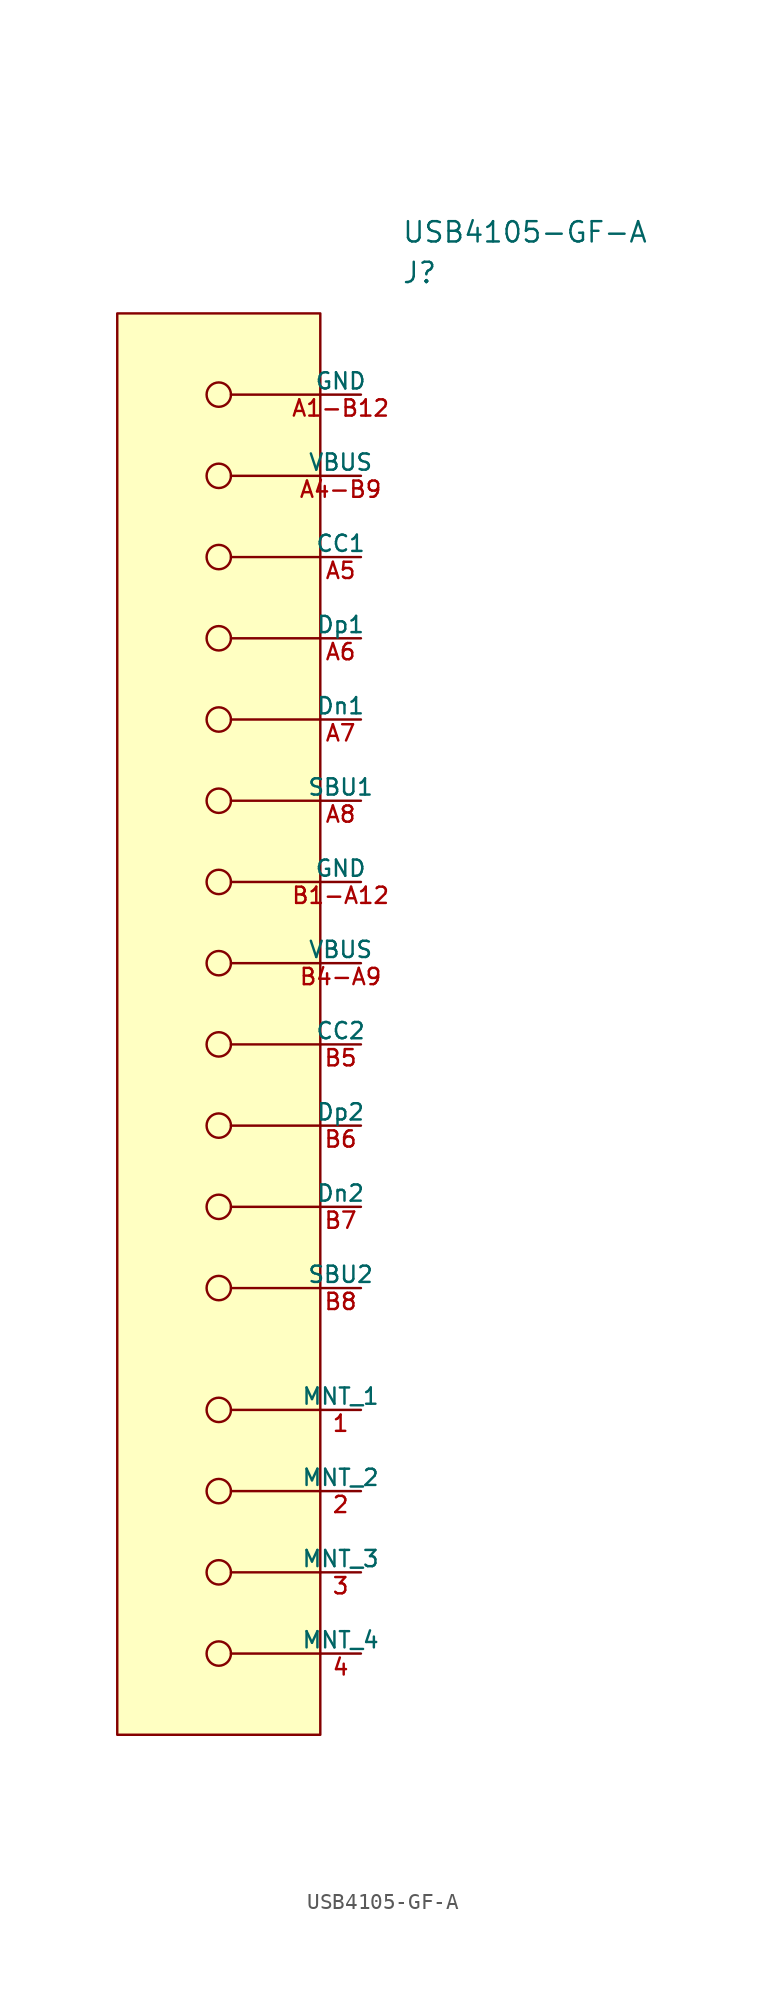
<source format=kicad_sym>
(kicad_symbol_lib
  (version 20220914)
  (generator kicad_symbol_editor)
  (symbol "USB4105-GF-A"
    (pin_names
      (offset 0))
    (property "Reference" "J"
      (at 0 7.62 0)
      (effects (font (size 1.27 1.27)) (justify left)))
    (property "Value" "USB4105-GF-A"
      (at 0 10.16 0)
      (effects (font (size 1.27 1.27)) (justify left)))
    (property "ki_locked" ""
      (at 0 0 0)
      (effects (font (size 1.27 1.27))))
    (symbol "USB4105-GF-A_1_1"
      (rectangle (start -17.78 5.08) (end -5.08 -83.82) (stroke (width 0) (type solid)) (fill (type background)))
      (circle (center -11.43 -78.74) (radius 0.762) (stroke (width 0) (type solid)) (fill (type none)))
      (circle (center -11.43 -73.66) (radius 0.762) (stroke (width 0) (type solid)) (fill (type none)))
      (circle (center -11.43 -68.58) (radius 0.762) (stroke (width 0) (type solid)) (fill (type none)))
      (circle (center -11.43 -63.5) (radius 0.762) (stroke (width 0) (type solid)) (fill (type none)))
      (circle (center -11.43 -55.88) (radius 0.762) (stroke (width 0) (type solid)) (fill (type none)))
      (circle (center -11.43 -50.8) (radius 0.762) (stroke (width 0) (type solid)) (fill (type none)))
      (circle (center -11.43 -45.72) (radius 0.762) (stroke (width 0) (type solid)) (fill (type none)))
      (circle (center -11.43 -40.64) (radius 0.762) (stroke (width 0) (type solid)) (fill (type none)))
      (circle (center -11.43 -35.56) (radius 0.762) (stroke (width 0) (type solid)) (fill (type none)))
      (circle (center -11.43 -30.48) (radius 0.762) (stroke (width 0) (type solid)) (fill (type none)))
      (circle (center -11.43 -25.4) (radius 0.762) (stroke (width 0) (type solid)) (fill (type none)))
      (circle (center -11.43 -20.32) (radius 0.762) (stroke (width 0) (type solid)) (fill (type none)))
      (circle (center -11.43 -15.24) (radius 0.762) (stroke (width 0) (type solid)) (fill (type none)))
      (circle (center -11.43 -10.16) (radius 0.762) (stroke (width 0) (type solid)) (fill (type none)))
      (circle (center -11.43 -5.08) (radius 0.762) (stroke (width 0) (type solid)) (fill (type none)))
      (circle (center -11.43 0) (radius 0.762) (stroke (width 0) (type solid)) (fill (type none)))
      (polyline (pts (xy -10.668 -78.74) (xy -5.08 -78.74)) (stroke (width 0) (type solid)) (fill (type none)))
      (polyline (pts (xy -10.668 -73.66) (xy -5.08 -73.66)) (stroke (width 0) (type solid)) (fill (type none)))
      (polyline (pts (xy -10.668 -68.58) (xy -5.08 -68.58)) (stroke (width 0) (type solid)) (fill (type none)))
      (polyline (pts (xy -10.668 -63.5) (xy -5.08 -63.5)) (stroke (width 0) (type solid)) (fill (type none)))
      (polyline (pts (xy -10.668 -55.88) (xy -5.08 -55.88)) (stroke (width 0) (type solid)) (fill (type none)))
      (polyline (pts (xy -10.668 -50.8) (xy -5.08 -50.8)) (stroke (width 0) (type solid)) (fill (type none)))
      (polyline (pts (xy -10.668 -45.72) (xy -5.08 -45.72)) (stroke (width 0) (type solid)) (fill (type none)))
      (polyline (pts (xy -10.668 -40.64) (xy -5.08 -40.64)) (stroke (width 0) (type solid)) (fill (type none)))
      (polyline (pts (xy -10.668 -35.56) (xy -5.08 -35.56)) (stroke (width 0) (type solid)) (fill (type none)))
      (polyline (pts (xy -10.668 -30.48) (xy -5.08 -30.48)) (stroke (width 0) (type solid)) (fill (type none)))
      (polyline (pts (xy -10.668 -25.4) (xy -5.08 -25.4)) (stroke (width 0) (type solid)) (fill (type none)))
      (polyline (pts (xy -10.668 -20.32) (xy -5.08 -20.32)) (stroke (width 0) (type solid)) (fill (type none)))
      (polyline (pts (xy -10.668 -15.24) (xy -5.08 -15.24)) (stroke (width 0) (type solid)) (fill (type none)))
      (polyline (pts (xy -10.668 -10.16) (xy -5.08 -10.16)) (stroke (width 0) (type solid)) (fill (type none)))
      (polyline (pts (xy -10.668 -5.08) (xy -5.08 -5.08)) (stroke (width 0) (type solid)) (fill (type none)))
      (polyline (pts (xy -10.668 0) (xy -5.08 0)) (stroke (width 0) (type solid)) (fill (type none)))
      (pin power_in line (at -2.54 -63.5 180) (length 2.54) (name "MNT_1" (effects (font (size 1.016 1.016)))) (number "1" (effects (font (size 1.016 1.016)))))
      (pin power_in line (at -2.54 -68.58 180) (length 2.54) (name "MNT_2" (effects (font (size 1.016 1.016)))) (number "2" (effects (font (size 1.016 1.016)))))
      (pin power_in line (at -2.54 -73.66 180) (length 2.54) (name "MNT_3" (effects (font (size 1.016 1.016)))) (number "3" (effects (font (size 1.016 1.016)))))
      (pin power_in line (at -2.54 -78.74 180) (length 2.54) (name "MNT_4" (effects (font (size 1.016 1.016)))) (number "4" (effects (font (size 1.016 1.016)))))
      (pin power_in line (at -2.54 0 180) (length 2.54) (name "GND" (effects (font (size 1.016 1.016)))) (number "A1-B12" (effects (font (size 1.016 1.016)))))
      (pin power_in line (at -2.54 -5.08 180) (length 2.54) (name "VBUS" (effects (font (size 1.016 1.016)))) (number "A4-B9" (effects (font (size 1.016 1.016)))))
      (pin power_in line (at -2.54 -10.16 180) (length 2.54) (name "CC1" (effects (font (size 1.016 1.016)))) (number "A5" (effects (font (size 1.016 1.016)))))
      (pin bidirectional line (at -2.54 -15.24 180) (length 2.54) (name "Dp1" (effects (font (size 1.016 1.016)))) (number "A6" (effects (font (size 1.016 1.016)))))
      (pin bidirectional line (at -2.54 -20.32 180) (length 2.54) (name "Dn1" (effects (font (size 1.016 1.016)))) (number "A7" (effects (font (size 1.016 1.016)))))
      (pin bidirectional line (at -2.54 -25.4 180) (length 2.54) (name "SBU1" (effects (font (size 1.016 1.016)))) (number "A8" (effects (font (size 1.016 1.016)))))
      (pin bidirectional line (at -2.54 -30.48 180) (length 2.54) (name "GND" (effects (font (size 1.016 1.016)))) (number "B1-A12" (effects (font (size 1.016 1.016)))))
      (pin bidirectional line (at -2.54 -35.56 180) (length 2.54) (name "VBUS" (effects (font (size 1.016 1.016)))) (number "B4-A9" (effects (font (size 1.016 1.016)))))
      (pin bidirectional line (at -2.54 -40.64 180) (length 2.54) (name "CC2" (effects (font (size 1.016 1.016)))) (number "B5" (effects (font (size 1.016 1.016)))))
      (pin bidirectional line (at -2.54 -45.72 180) (length 2.54) (name "Dp2" (effects (font (size 1.016 1.016)))) (number "B6" (effects (font (size 1.016 1.016)))))
      (pin bidirectional line (at -2.54 -50.8 180) (length 2.54) (name "Dn2" (effects (font (size 1.016 1.016)))) (number "B7" (effects (font (size 1.016 1.016)))))
      (pin power_in line (at -2.54 -55.88 180) (length 2.54) (name "SBU2" (effects (font (size 1.016 1.016)))) (number "B8" (effects (font (size 1.016 1.016))))))))
</source>
